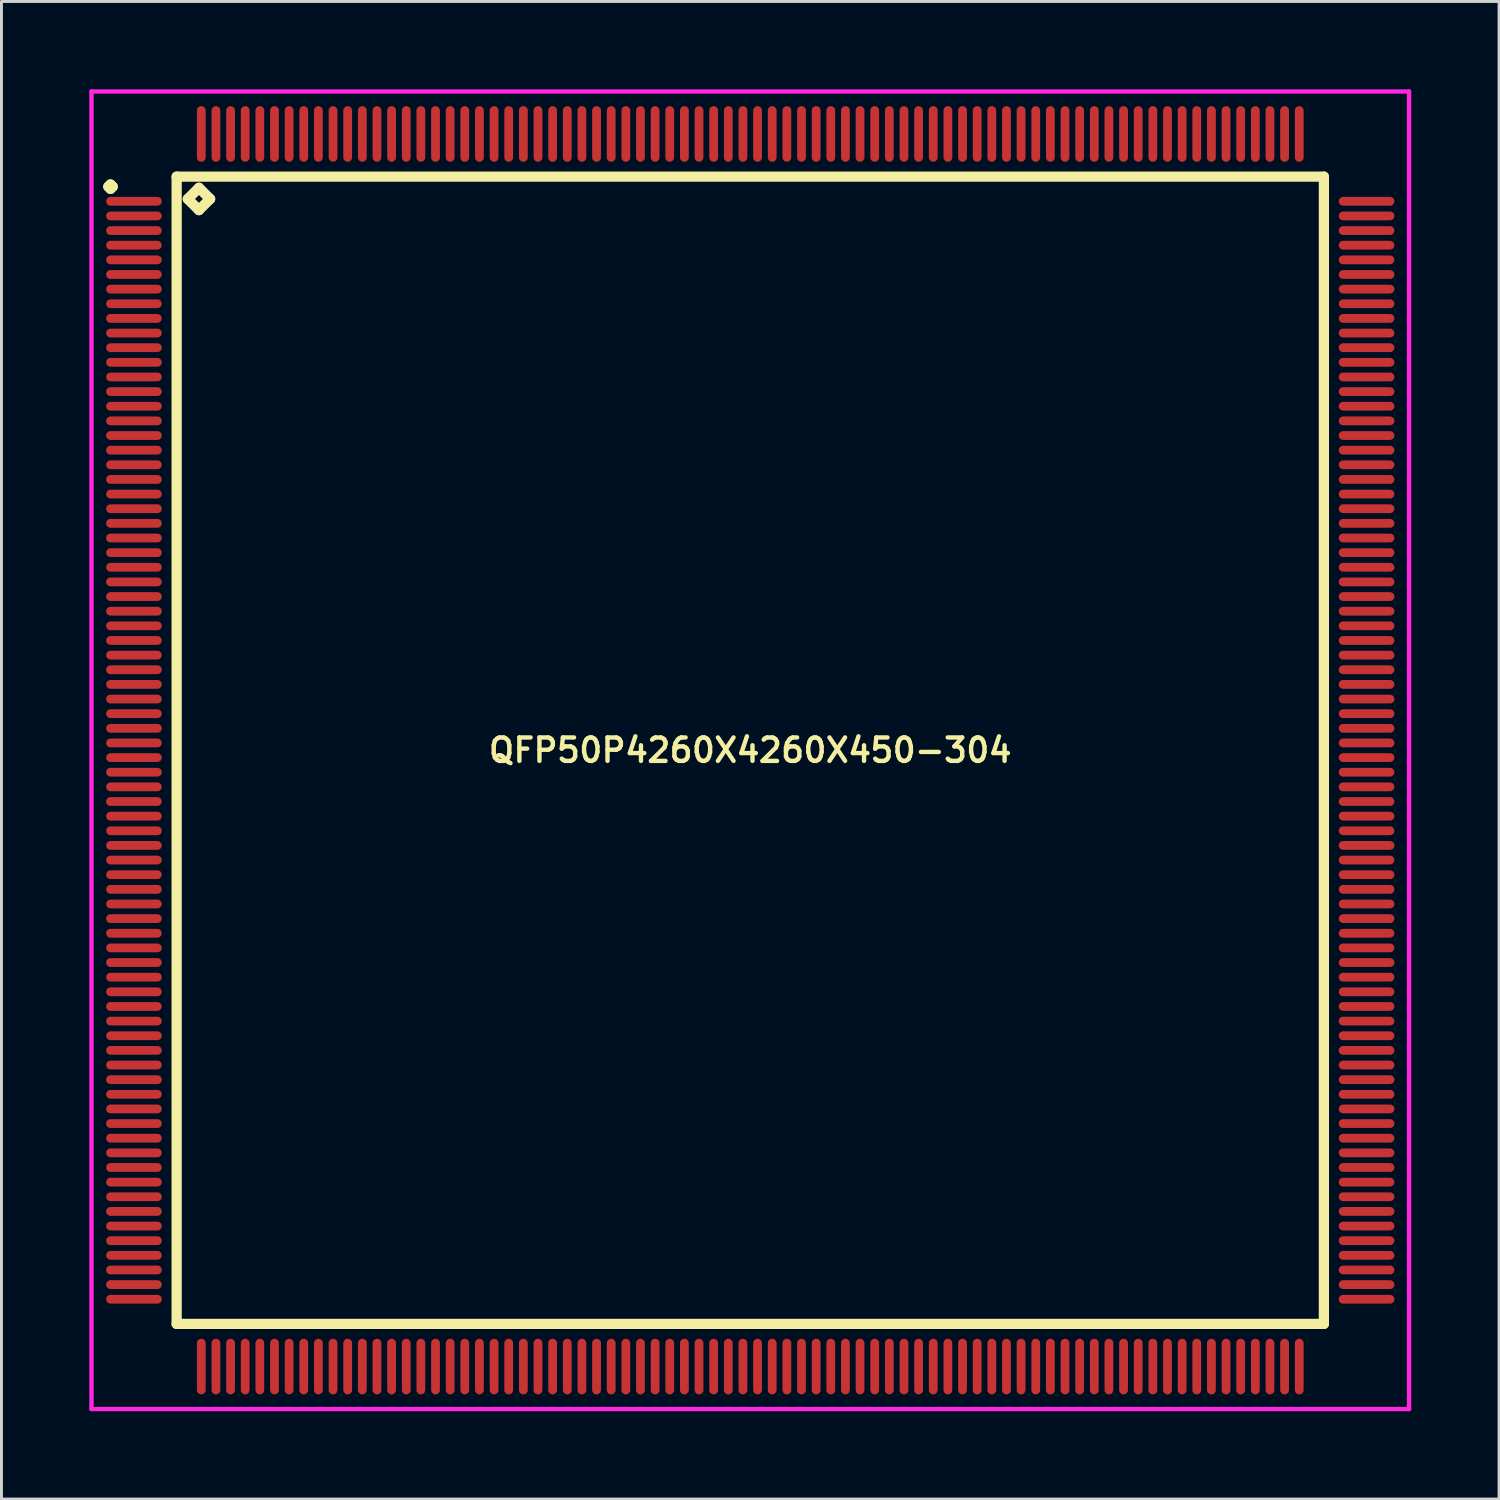
<source format=kicad_pcb>
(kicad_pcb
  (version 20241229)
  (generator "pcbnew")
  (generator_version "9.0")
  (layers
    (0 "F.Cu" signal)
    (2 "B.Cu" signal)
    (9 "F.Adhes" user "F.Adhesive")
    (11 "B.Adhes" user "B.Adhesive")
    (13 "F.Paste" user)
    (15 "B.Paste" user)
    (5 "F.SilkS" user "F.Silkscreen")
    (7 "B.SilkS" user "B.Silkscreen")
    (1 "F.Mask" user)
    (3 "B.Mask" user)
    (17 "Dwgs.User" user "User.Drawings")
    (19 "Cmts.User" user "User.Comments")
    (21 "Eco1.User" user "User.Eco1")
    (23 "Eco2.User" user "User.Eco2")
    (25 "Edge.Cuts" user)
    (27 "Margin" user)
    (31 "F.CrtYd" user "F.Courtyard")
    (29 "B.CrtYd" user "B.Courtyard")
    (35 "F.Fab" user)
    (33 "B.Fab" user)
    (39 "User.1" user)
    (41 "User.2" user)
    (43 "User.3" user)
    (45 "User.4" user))
  (footprint "QFP50P4260X4260X450-304"
    (layer "F.Cu")
    (at 22.575 22.575)
    (property "Reference" "QFP50P4260X4260X450-304" (at 0 0 0) (layer "F.SilkS") (effects (font (size 0.8 0.8) (thickness 0.15))))
    (attr smd)
    (fp_line (start -21.925 -19.25) (end -21.85 -19.325) (stroke (width 0.35) (type solid)) (layer "F.SilkS"))
    (fp_line (start -21.85 -19.325) (end -21.775 -19.25) (stroke (width 0.35) (type solid)) (layer "F.SilkS"))
    (fp_line (start -21.85 -19.175) (end -21.925 -19.25) (stroke (width 0.35) (type solid)) (layer "F.SilkS"))
    (fp_line (start -21.775 -19.25) (end -21.85 -19.175) (stroke (width 0.35) (type solid)) (layer "F.SilkS"))
    (fp_line (start -19.592 -19.592) (end -19.592 19.592) (stroke (width 0.35) (type solid)) (layer "F.SilkS"))
    (fp_line (start -19.592 19.592) (end 19.592 19.592) (stroke (width 0.35) (type solid)) (layer "F.SilkS"))
    (fp_line (start -19.211 -18.83) (end -18.83 -19.211) (stroke (width 0.35) (type solid)) (layer "F.SilkS"))
    (fp_line (start -18.83 -19.211) (end -18.449 -18.83) (stroke (width 0.35) (type solid)) (layer "F.SilkS"))
    (fp_line (start -18.83 -18.449) (end -19.211 -18.83) (stroke (width 0.35) (type solid)) (layer "F.SilkS"))
    (fp_line (start -18.449 -18.83) (end -18.83 -18.449) (stroke (width 0.35) (type solid)) (layer "F.SilkS"))
    (fp_line (start 19.592 -19.592) (end -19.592 -19.592) (stroke (width 0.35) (type solid)) (layer "F.SilkS"))
    (fp_line (start 19.592 19.592) (end 19.592 -19.592) (stroke (width 0.35) (type solid)) (layer "F.SilkS"))
    (fp_line (start -22.5 -22.5) (end 22.5 -22.5) (stroke (width 0.15) (type solid)) (layer "F.CrtYd"))
    (fp_line (start -22.5 22.5) (end -22.5 -22.5) (stroke (width 0.15) (type solid)) (layer "F.CrtYd"))
    (fp_line (start 22.5 -22.5) (end 22.5 22.5) (stroke (width 0.15) (type solid)) (layer "F.CrtYd"))
    (fp_line (start 22.5 22.5) (end -22.5 22.5) (stroke (width 0.15) (type solid)) (layer "F.CrtYd"))
    (pad "1" smd oval (at -21.05 -18.75) (size 1.9 0.3) (layers "F.Cu" "F.Mask" "F.Paste"))
    (pad "2" smd oval (at -21.05 -18.25) (size 1.9 0.3) (layers "F.Cu" "F.Mask" "F.Paste"))
    (pad "3" smd oval (at -21.05 -17.75) (size 1.9 0.3) (layers "F.Cu" "F.Mask" "F.Paste"))
    (pad "4" smd oval (at -21.05 -17.25) (size 1.9 0.3) (layers "F.Cu" "F.Mask" "F.Paste"))
    (pad "5" smd oval (at -21.05 -16.75) (size 1.9 0.3) (layers "F.Cu" "F.Mask" "F.Paste"))
    (pad "6" smd oval (at -21.05 -16.25) (size 1.9 0.3) (layers "F.Cu" "F.Mask" "F.Paste"))
    (pad "7" smd oval (at -21.05 -15.75) (size 1.9 0.3) (layers "F.Cu" "F.Mask" "F.Paste"))
    (pad "8" smd oval (at -21.05 -15.25) (size 1.9 0.3) (layers "F.Cu" "F.Mask" "F.Paste"))
    (pad "9" smd oval (at -21.05 -14.75) (size 1.9 0.3) (layers "F.Cu" "F.Mask" "F.Paste"))
    (pad "10" smd oval (at -21.05 -14.25) (size 1.9 0.3) (layers "F.Cu" "F.Mask" "F.Paste"))
    (pad "11" smd oval (at -21.05 -13.75) (size 1.9 0.3) (layers "F.Cu" "F.Mask" "F.Paste"))
    (pad "12" smd oval (at -21.05 -13.25) (size 1.9 0.3) (layers "F.Cu" "F.Mask" "F.Paste"))
    (pad "13" smd oval (at -21.05 -12.75) (size 1.9 0.3) (layers "F.Cu" "F.Mask" "F.Paste"))
    (pad "14" smd oval (at -21.05 -12.25) (size 1.9 0.3) (layers "F.Cu" "F.Mask" "F.Paste"))
    (pad "15" smd oval (at -21.05 -11.75) (size 1.9 0.3) (layers "F.Cu" "F.Mask" "F.Paste"))
    (pad "16" smd oval (at -21.05 -11.25) (size 1.9 0.3) (layers "F.Cu" "F.Mask" "F.Paste"))
    (pad "17" smd oval (at -21.05 -10.75) (size 1.9 0.3) (layers "F.Cu" "F.Mask" "F.Paste"))
    (pad "18" smd oval (at -21.05 -10.25) (size 1.9 0.3) (layers "F.Cu" "F.Mask" "F.Paste"))
    (pad "19" smd oval (at -21.05 -9.75) (size 1.9 0.3) (layers "F.Cu" "F.Mask" "F.Paste"))
    (pad "20" smd oval (at -21.05 -9.25) (size 1.9 0.3) (layers "F.Cu" "F.Mask" "F.Paste"))
    (pad "21" smd oval (at -21.05 -8.75) (size 1.9 0.3) (layers "F.Cu" "F.Mask" "F.Paste"))
    (pad "22" smd oval (at -21.05 -8.25) (size 1.9 0.3) (layers "F.Cu" "F.Mask" "F.Paste"))
    (pad "23" smd oval (at -21.05 -7.75) (size 1.9 0.3) (layers "F.Cu" "F.Mask" "F.Paste"))
    (pad "24" smd oval (at -21.05 -7.25) (size 1.9 0.3) (layers "F.Cu" "F.Mask" "F.Paste"))
    (pad "25" smd oval (at -21.05 -6.75) (size 1.9 0.3) (layers "F.Cu" "F.Mask" "F.Paste"))
    (pad "26" smd oval (at -21.05 -6.25) (size 1.9 0.3) (layers "F.Cu" "F.Mask" "F.Paste"))
    (pad "27" smd oval (at -21.05 -5.75) (size 1.9 0.3) (layers "F.Cu" "F.Mask" "F.Paste"))
    (pad "28" smd oval (at -21.05 -5.25) (size 1.9 0.3) (layers "F.Cu" "F.Mask" "F.Paste"))
    (pad "29" smd oval (at -21.05 -4.75) (size 1.9 0.3) (layers "F.Cu" "F.Mask" "F.Paste"))
    (pad "30" smd oval (at -21.05 -4.25) (size 1.9 0.3) (layers "F.Cu" "F.Mask" "F.Paste"))
    (pad "31" smd oval (at -21.05 -3.75) (size 1.9 0.3) (layers "F.Cu" "F.Mask" "F.Paste"))
    (pad "32" smd oval (at -21.05 -3.25) (size 1.9 0.3) (layers "F.Cu" "F.Mask" "F.Paste"))
    (pad "33" smd oval (at -21.05 -2.75) (size 1.9 0.3) (layers "F.Cu" "F.Mask" "F.Paste"))
    (pad "34" smd oval (at -21.05 -2.25) (size 1.9 0.3) (layers "F.Cu" "F.Mask" "F.Paste"))
    (pad "35" smd oval (at -21.05 -1.75) (size 1.9 0.3) (layers "F.Cu" "F.Mask" "F.Paste"))
    (pad "36" smd oval (at -21.05 -1.25) (size 1.9 0.3) (layers "F.Cu" "F.Mask" "F.Paste"))
    (pad "37" smd oval (at -21.05 -0.75) (size 1.9 0.3) (layers "F.Cu" "F.Mask" "F.Paste"))
    (pad "38" smd oval (at -21.05 -0.25) (size 1.9 0.3) (layers "F.Cu" "F.Mask" "F.Paste"))
    (pad "39" smd oval (at -21.05 0.25) (size 1.9 0.3) (layers "F.Cu" "F.Mask" "F.Paste"))
    (pad "40" smd oval (at -21.05 0.75) (size 1.9 0.3) (layers "F.Cu" "F.Mask" "F.Paste"))
    (pad "41" smd oval (at -21.05 1.25) (size 1.9 0.3) (layers "F.Cu" "F.Mask" "F.Paste"))
    (pad "42" smd oval (at -21.05 1.75) (size 1.9 0.3) (layers "F.Cu" "F.Mask" "F.Paste"))
    (pad "43" smd oval (at -21.05 2.25) (size 1.9 0.3) (layers "F.Cu" "F.Mask" "F.Paste"))
    (pad "44" smd oval (at -21.05 2.75) (size 1.9 0.3) (layers "F.Cu" "F.Mask" "F.Paste"))
    (pad "45" smd oval (at -21.05 3.25) (size 1.9 0.3) (layers "F.Cu" "F.Mask" "F.Paste"))
    (pad "46" smd oval (at -21.05 3.75) (size 1.9 0.3) (layers "F.Cu" "F.Mask" "F.Paste"))
    (pad "47" smd oval (at -21.05 4.25) (size 1.9 0.3) (layers "F.Cu" "F.Mask" "F.Paste"))
    (pad "48" smd oval (at -21.05 4.75) (size 1.9 0.3) (layers "F.Cu" "F.Mask" "F.Paste"))
    (pad "49" smd oval (at -21.05 5.25) (size 1.9 0.3) (layers "F.Cu" "F.Mask" "F.Paste"))
    (pad "50" smd oval (at -21.05 5.75) (size 1.9 0.3) (layers "F.Cu" "F.Mask" "F.Paste"))
    (pad "51" smd oval (at -21.05 6.25) (size 1.9 0.3) (layers "F.Cu" "F.Mask" "F.Paste"))
    (pad "52" smd oval (at -21.05 6.75) (size 1.9 0.3) (layers "F.Cu" "F.Mask" "F.Paste"))
    (pad "53" smd oval (at -21.05 7.25) (size 1.9 0.3) (layers "F.Cu" "F.Mask" "F.Paste"))
    (pad "54" smd oval (at -21.05 7.75) (size 1.9 0.3) (layers "F.Cu" "F.Mask" "F.Paste"))
    (pad "55" smd oval (at -21.05 8.25) (size 1.9 0.3) (layers "F.Cu" "F.Mask" "F.Paste"))
    (pad "56" smd oval (at -21.05 8.75) (size 1.9 0.3) (layers "F.Cu" "F.Mask" "F.Paste"))
    (pad "57" smd oval (at -21.05 9.25) (size 1.9 0.3) (layers "F.Cu" "F.Mask" "F.Paste"))
    (pad "58" smd oval (at -21.05 9.75) (size 1.9 0.3) (layers "F.Cu" "F.Mask" "F.Paste"))
    (pad "59" smd oval (at -21.05 10.25) (size 1.9 0.3) (layers "F.Cu" "F.Mask" "F.Paste"))
    (pad "60" smd oval (at -21.05 10.75) (size 1.9 0.3) (layers "F.Cu" "F.Mask" "F.Paste"))
    (pad "61" smd oval (at -21.05 11.25) (size 1.9 0.3) (layers "F.Cu" "F.Mask" "F.Paste"))
    (pad "62" smd oval (at -21.05 11.75) (size 1.9 0.3) (layers "F.Cu" "F.Mask" "F.Paste"))
    (pad "63" smd oval (at -21.05 12.25) (size 1.9 0.3) (layers "F.Cu" "F.Mask" "F.Paste"))
    (pad "64" smd oval (at -21.05 12.75) (size 1.9 0.3) (layers "F.Cu" "F.Mask" "F.Paste"))
    (pad "65" smd oval (at -21.05 13.25) (size 1.9 0.3) (layers "F.Cu" "F.Mask" "F.Paste"))
    (pad "66" smd oval (at -21.05 13.75) (size 1.9 0.3) (layers "F.Cu" "F.Mask" "F.Paste"))
    (pad "67" smd oval (at -21.05 14.25) (size 1.9 0.3) (layers "F.Cu" "F.Mask" "F.Paste"))
    (pad "68" smd oval (at -21.05 14.75) (size 1.9 0.3) (layers "F.Cu" "F.Mask" "F.Paste"))
    (pad "69" smd oval (at -21.05 15.25) (size 1.9 0.3) (layers "F.Cu" "F.Mask" "F.Paste"))
    (pad "70" smd oval (at -21.05 15.75) (size 1.9 0.3) (layers "F.Cu" "F.Mask" "F.Paste"))
    (pad "71" smd oval (at -21.05 16.25) (size 1.9 0.3) (layers "F.Cu" "F.Mask" "F.Paste"))
    (pad "72" smd oval (at -21.05 16.75) (size 1.9 0.3) (layers "F.Cu" "F.Mask" "F.Paste"))
    (pad "73" smd oval (at -21.05 17.25) (size 1.9 0.3) (layers "F.Cu" "F.Mask" "F.Paste"))
    (pad "74" smd oval (at -21.05 17.75) (size 1.9 0.3) (layers "F.Cu" "F.Mask" "F.Paste"))
    (pad "75" smd oval (at -21.05 18.25) (size 1.9 0.3) (layers "F.Cu" "F.Mask" "F.Paste"))
    (pad "76" smd oval (at -21.05 18.75) (size 1.9 0.3) (layers "F.Cu" "F.Mask" "F.Paste"))
    (pad "77" smd oval (at -18.75 21.05) (size 0.3 1.9) (layers "F.Cu" "F.Mask" "F.Paste"))
    (pad "78" smd oval (at -18.25 21.05) (size 0.3 1.9) (layers "F.Cu" "F.Mask" "F.Paste"))
    (pad "79" smd oval (at -17.75 21.05) (size 0.3 1.9) (layers "F.Cu" "F.Mask" "F.Paste"))
    (pad "80" smd oval (at -17.25 21.05) (size 0.3 1.9) (layers "F.Cu" "F.Mask" "F.Paste"))
    (pad "81" smd oval (at -16.75 21.05) (size 0.3 1.9) (layers "F.Cu" "F.Mask" "F.Paste"))
    (pad "82" smd oval (at -16.25 21.05) (size 0.3 1.9) (layers "F.Cu" "F.Mask" "F.Paste"))
    (pad "83" smd oval (at -15.75 21.05) (size 0.3 1.9) (layers "F.Cu" "F.Mask" "F.Paste"))
    (pad "84" smd oval (at -15.25 21.05) (size 0.3 1.9) (layers "F.Cu" "F.Mask" "F.Paste"))
    (pad "85" smd oval (at -14.75 21.05) (size 0.3 1.9) (layers "F.Cu" "F.Mask" "F.Paste"))
    (pad "86" smd oval (at -14.25 21.05) (size 0.3 1.9) (layers "F.Cu" "F.Mask" "F.Paste"))
    (pad "87" smd oval (at -13.75 21.05) (size 0.3 1.9) (layers "F.Cu" "F.Mask" "F.Paste"))
    (pad "88" smd oval (at -13.25 21.05) (size 0.3 1.9) (layers "F.Cu" "F.Mask" "F.Paste"))
    (pad "89" smd oval (at -12.75 21.05) (size 0.3 1.9) (layers "F.Cu" "F.Mask" "F.Paste"))
    (pad "90" smd oval (at -12.25 21.05) (size 0.3 1.9) (layers "F.Cu" "F.Mask" "F.Paste"))
    (pad "91" smd oval (at -11.75 21.05) (size 0.3 1.9) (layers "F.Cu" "F.Mask" "F.Paste"))
    (pad "92" smd oval (at -11.25 21.05) (size 0.3 1.9) (layers "F.Cu" "F.Mask" "F.Paste"))
    (pad "93" smd oval (at -10.75 21.05) (size 0.3 1.9) (layers "F.Cu" "F.Mask" "F.Paste"))
    (pad "94" smd oval (at -10.25 21.05) (size 0.3 1.9) (layers "F.Cu" "F.Mask" "F.Paste"))
    (pad "95" smd oval (at -9.75 21.05) (size 0.3 1.9) (layers "F.Cu" "F.Mask" "F.Paste"))
    (pad "96" smd oval (at -9.25 21.05) (size 0.3 1.9) (layers "F.Cu" "F.Mask" "F.Paste"))
    (pad "97" smd oval (at -8.75 21.05) (size 0.3 1.9) (layers "F.Cu" "F.Mask" "F.Paste"))
    (pad "98" smd oval (at -8.25 21.05) (size 0.3 1.9) (layers "F.Cu" "F.Mask" "F.Paste"))
    (pad "99" smd oval (at -7.75 21.05) (size 0.3 1.9) (layers "F.Cu" "F.Mask" "F.Paste"))
    (pad "100" smd oval (at -7.25 21.05) (size 0.3 1.9) (layers "F.Cu" "F.Mask" "F.Paste"))
    (pad "101" smd oval (at -6.75 21.05) (size 0.3 1.9) (layers "F.Cu" "F.Mask" "F.Paste"))
    (pad "102" smd oval (at -6.25 21.05) (size 0.3 1.9) (layers "F.Cu" "F.Mask" "F.Paste"))
    (pad "103" smd oval (at -5.75 21.05) (size 0.3 1.9) (layers "F.Cu" "F.Mask" "F.Paste"))
    (pad "104" smd oval (at -5.25 21.05) (size 0.3 1.9) (layers "F.Cu" "F.Mask" "F.Paste"))
    (pad "105" smd oval (at -4.75 21.05) (size 0.3 1.9) (layers "F.Cu" "F.Mask" "F.Paste"))
    (pad "106" smd oval (at -4.25 21.05) (size 0.3 1.9) (layers "F.Cu" "F.Mask" "F.Paste"))
    (pad "107" smd oval (at -3.75 21.05) (size 0.3 1.9) (layers "F.Cu" "F.Mask" "F.Paste"))
    (pad "108" smd oval (at -3.25 21.05) (size 0.3 1.9) (layers "F.Cu" "F.Mask" "F.Paste"))
    (pad "109" smd oval (at -2.75 21.05) (size 0.3 1.9) (layers "F.Cu" "F.Mask" "F.Paste"))
    (pad "110" smd oval (at -2.25 21.05) (size 0.3 1.9) (layers "F.Cu" "F.Mask" "F.Paste"))
    (pad "111" smd oval (at -1.75 21.05) (size 0.3 1.9) (layers "F.Cu" "F.Mask" "F.Paste"))
    (pad "112" smd oval (at -1.25 21.05) (size 0.3 1.9) (layers "F.Cu" "F.Mask" "F.Paste"))
    (pad "113" smd oval (at -0.75 21.05) (size 0.3 1.9) (layers "F.Cu" "F.Mask" "F.Paste"))
    (pad "114" smd oval (at -0.25 21.05) (size 0.3 1.9) (layers "F.Cu" "F.Mask" "F.Paste"))
    (pad "115" smd oval (at 0.25 21.05) (size 0.3 1.9) (layers "F.Cu" "F.Mask" "F.Paste"))
    (pad "116" smd oval (at 0.75 21.05) (size 0.3 1.9) (layers "F.Cu" "F.Mask" "F.Paste"))
    (pad "117" smd oval (at 1.25 21.05) (size 0.3 1.9) (layers "F.Cu" "F.Mask" "F.Paste"))
    (pad "118" smd oval (at 1.75 21.05) (size 0.3 1.9) (layers "F.Cu" "F.Mask" "F.Paste"))
    (pad "119" smd oval (at 2.25 21.05) (size 0.3 1.9) (layers "F.Cu" "F.Mask" "F.Paste"))
    (pad "120" smd oval (at 2.75 21.05) (size 0.3 1.9) (layers "F.Cu" "F.Mask" "F.Paste"))
    (pad "121" smd oval (at 3.25 21.05) (size 0.3 1.9) (layers "F.Cu" "F.Mask" "F.Paste"))
    (pad "122" smd oval (at 3.75 21.05) (size 0.3 1.9) (layers "F.Cu" "F.Mask" "F.Paste"))
    (pad "123" smd oval (at 4.25 21.05) (size 0.3 1.9) (layers "F.Cu" "F.Mask" "F.Paste"))
    (pad "124" smd oval (at 4.75 21.05) (size 0.3 1.9) (layers "F.Cu" "F.Mask" "F.Paste"))
    (pad "125" smd oval (at 5.25 21.05) (size 0.3 1.9) (layers "F.Cu" "F.Mask" "F.Paste"))
    (pad "126" smd oval (at 5.75 21.05) (size 0.3 1.9) (layers "F.Cu" "F.Mask" "F.Paste"))
    (pad "127" smd oval (at 6.25 21.05) (size 0.3 1.9) (layers "F.Cu" "F.Mask" "F.Paste"))
    (pad "128" smd oval (at 6.75 21.05) (size 0.3 1.9) (layers "F.Cu" "F.Mask" "F.Paste"))
    (pad "129" smd oval (at 7.25 21.05) (size 0.3 1.9) (layers "F.Cu" "F.Mask" "F.Paste"))
    (pad "130" smd oval (at 7.75 21.05) (size 0.3 1.9) (layers "F.Cu" "F.Mask" "F.Paste"))
    (pad "131" smd oval (at 8.25 21.05) (size 0.3 1.9) (layers "F.Cu" "F.Mask" "F.Paste"))
    (pad "132" smd oval (at 8.75 21.05) (size 0.3 1.9) (layers "F.Cu" "F.Mask" "F.Paste"))
    (pad "133" smd oval (at 9.25 21.05) (size 0.3 1.9) (layers "F.Cu" "F.Mask" "F.Paste"))
    (pad "134" smd oval (at 9.75 21.05) (size 0.3 1.9) (layers "F.Cu" "F.Mask" "F.Paste"))
    (pad "135" smd oval (at 10.25 21.05) (size 0.3 1.9) (layers "F.Cu" "F.Mask" "F.Paste"))
    (pad "136" smd oval (at 10.75 21.05) (size 0.3 1.9) (layers "F.Cu" "F.Mask" "F.Paste"))
    (pad "137" smd oval (at 11.25 21.05) (size 0.3 1.9) (layers "F.Cu" "F.Mask" "F.Paste"))
    (pad "138" smd oval (at 11.75 21.05) (size 0.3 1.9) (layers "F.Cu" "F.Mask" "F.Paste"))
    (pad "139" smd oval (at 12.25 21.05) (size 0.3 1.9) (layers "F.Cu" "F.Mask" "F.Paste"))
    (pad "140" smd oval (at 12.75 21.05) (size 0.3 1.9) (layers "F.Cu" "F.Mask" "F.Paste"))
    (pad "141" smd oval (at 13.25 21.05) (size 0.3 1.9) (layers "F.Cu" "F.Mask" "F.Paste"))
    (pad "142" smd oval (at 13.75 21.05) (size 0.3 1.9) (layers "F.Cu" "F.Mask" "F.Paste"))
    (pad "143" smd oval (at 14.25 21.05) (size 0.3 1.9) (layers "F.Cu" "F.Mask" "F.Paste"))
    (pad "144" smd oval (at 14.75 21.05) (size 0.3 1.9) (layers "F.Cu" "F.Mask" "F.Paste"))
    (pad "145" smd oval (at 15.25 21.05) (size 0.3 1.9) (layers "F.Cu" "F.Mask" "F.Paste"))
    (pad "146" smd oval (at 15.75 21.05) (size 0.3 1.9) (layers "F.Cu" "F.Mask" "F.Paste"))
    (pad "147" smd oval (at 16.25 21.05) (size 0.3 1.9) (layers "F.Cu" "F.Mask" "F.Paste"))
    (pad "148" smd oval (at 16.75 21.05) (size 0.3 1.9) (layers "F.Cu" "F.Mask" "F.Paste"))
    (pad "149" smd oval (at 17.25 21.05) (size 0.3 1.9) (layers "F.Cu" "F.Mask" "F.Paste"))
    (pad "150" smd oval (at 17.75 21.05) (size 0.3 1.9) (layers "F.Cu" "F.Mask" "F.Paste"))
    (pad "151" smd oval (at 18.25 21.05) (size 0.3 1.9) (layers "F.Cu" "F.Mask" "F.Paste"))
    (pad "152" smd oval (at 18.75 21.05) (size 0.3 1.9) (layers "F.Cu" "F.Mask" "F.Paste"))
    (pad "153" smd oval (at 21.05 18.75) (size 1.9 0.3) (layers "F.Cu" "F.Mask" "F.Paste"))
    (pad "154" smd oval (at 21.05 18.25) (size 1.9 0.3) (layers "F.Cu" "F.Mask" "F.Paste"))
    (pad "155" smd oval (at 21.05 17.75) (size 1.9 0.3) (layers "F.Cu" "F.Mask" "F.Paste"))
    (pad "156" smd oval (at 21.05 17.25) (size 1.9 0.3) (layers "F.Cu" "F.Mask" "F.Paste"))
    (pad "157" smd oval (at 21.05 16.75) (size 1.9 0.3) (layers "F.Cu" "F.Mask" "F.Paste"))
    (pad "158" smd oval (at 21.05 16.25) (size 1.9 0.3) (layers "F.Cu" "F.Mask" "F.Paste"))
    (pad "159" smd oval (at 21.05 15.75) (size 1.9 0.3) (layers "F.Cu" "F.Mask" "F.Paste"))
    (pad "160" smd oval (at 21.05 15.25) (size 1.9 0.3) (layers "F.Cu" "F.Mask" "F.Paste"))
    (pad "161" smd oval (at 21.05 14.75) (size 1.9 0.3) (layers "F.Cu" "F.Mask" "F.Paste"))
    (pad "162" smd oval (at 21.05 14.25) (size 1.9 0.3) (layers "F.Cu" "F.Mask" "F.Paste"))
    (pad "163" smd oval (at 21.05 13.75) (size 1.9 0.3) (layers "F.Cu" "F.Mask" "F.Paste"))
    (pad "164" smd oval (at 21.05 13.25) (size 1.9 0.3) (layers "F.Cu" "F.Mask" "F.Paste"))
    (pad "165" smd oval (at 21.05 12.75) (size 1.9 0.3) (layers "F.Cu" "F.Mask" "F.Paste"))
    (pad "166" smd oval (at 21.05 12.25) (size 1.9 0.3) (layers "F.Cu" "F.Mask" "F.Paste"))
    (pad "167" smd oval (at 21.05 11.75) (size 1.9 0.3) (layers "F.Cu" "F.Mask" "F.Paste"))
    (pad "168" smd oval (at 21.05 11.25) (size 1.9 0.3) (layers "F.Cu" "F.Mask" "F.Paste"))
    (pad "169" smd oval (at 21.05 10.75) (size 1.9 0.3) (layers "F.Cu" "F.Mask" "F.Paste"))
    (pad "170" smd oval (at 21.05 10.25) (size 1.9 0.3) (layers "F.Cu" "F.Mask" "F.Paste"))
    (pad "171" smd oval (at 21.05 9.75) (size 1.9 0.3) (layers "F.Cu" "F.Mask" "F.Paste"))
    (pad "172" smd oval (at 21.05 9.25) (size 1.9 0.3) (layers "F.Cu" "F.Mask" "F.Paste"))
    (pad "173" smd oval (at 21.05 8.75) (size 1.9 0.3) (layers "F.Cu" "F.Mask" "F.Paste"))
    (pad "174" smd oval (at 21.05 8.25) (size 1.9 0.3) (layers "F.Cu" "F.Mask" "F.Paste"))
    (pad "175" smd oval (at 21.05 7.75) (size 1.9 0.3) (layers "F.Cu" "F.Mask" "F.Paste"))
    (pad "176" smd oval (at 21.05 7.25) (size 1.9 0.3) (layers "F.Cu" "F.Mask" "F.Paste"))
    (pad "177" smd oval (at 21.05 6.75) (size 1.9 0.3) (layers "F.Cu" "F.Mask" "F.Paste"))
    (pad "178" smd oval (at 21.05 6.25) (size 1.9 0.3) (layers "F.Cu" "F.Mask" "F.Paste"))
    (pad "179" smd oval (at 21.05 5.75) (size 1.9 0.3) (layers "F.Cu" "F.Mask" "F.Paste"))
    (pad "180" smd oval (at 21.05 5.25) (size 1.9 0.3) (layers "F.Cu" "F.Mask" "F.Paste"))
    (pad "181" smd oval (at 21.05 4.75) (size 1.9 0.3) (layers "F.Cu" "F.Mask" "F.Paste"))
    (pad "182" smd oval (at 21.05 4.25) (size 1.9 0.3) (layers "F.Cu" "F.Mask" "F.Paste"))
    (pad "183" smd oval (at 21.05 3.75) (size 1.9 0.3) (layers "F.Cu" "F.Mask" "F.Paste"))
    (pad "184" smd oval (at 21.05 3.25) (size 1.9 0.3) (layers "F.Cu" "F.Mask" "F.Paste"))
    (pad "185" smd oval (at 21.05 2.75) (size 1.9 0.3) (layers "F.Cu" "F.Mask" "F.Paste"))
    (pad "186" smd oval (at 21.05 2.25) (size 1.9 0.3) (layers "F.Cu" "F.Mask" "F.Paste"))
    (pad "187" smd oval (at 21.05 1.75) (size 1.9 0.3) (layers "F.Cu" "F.Mask" "F.Paste"))
    (pad "188" smd oval (at 21.05 1.25) (size 1.9 0.3) (layers "F.Cu" "F.Mask" "F.Paste"))
    (pad "189" smd oval (at 21.05 0.75) (size 1.9 0.3) (layers "F.Cu" "F.Mask" "F.Paste"))
    (pad "190" smd oval (at 21.05 0.25) (size 1.9 0.3) (layers "F.Cu" "F.Mask" "F.Paste"))
    (pad "191" smd oval (at 21.05 -0.25) (size 1.9 0.3) (layers "F.Cu" "F.Mask" "F.Paste"))
    (pad "192" smd oval (at 21.05 -0.75) (size 1.9 0.3) (layers "F.Cu" "F.Mask" "F.Paste"))
    (pad "193" smd oval (at 21.05 -1.25) (size 1.9 0.3) (layers "F.Cu" "F.Mask" "F.Paste"))
    (pad "194" smd oval (at 21.05 -1.75) (size 1.9 0.3) (layers "F.Cu" "F.Mask" "F.Paste"))
    (pad "195" smd oval (at 21.05 -2.25) (size 1.9 0.3) (layers "F.Cu" "F.Mask" "F.Paste"))
    (pad "196" smd oval (at 21.05 -2.75) (size 1.9 0.3) (layers "F.Cu" "F.Mask" "F.Paste"))
    (pad "197" smd oval (at 21.05 -3.25) (size 1.9 0.3) (layers "F.Cu" "F.Mask" "F.Paste"))
    (pad "198" smd oval (at 21.05 -3.75) (size 1.9 0.3) (layers "F.Cu" "F.Mask" "F.Paste"))
    (pad "199" smd oval (at 21.05 -4.25) (size 1.9 0.3) (layers "F.Cu" "F.Mask" "F.Paste"))
    (pad "200" smd oval (at 21.05 -4.75) (size 1.9 0.3) (layers "F.Cu" "F.Mask" "F.Paste"))
    (pad "201" smd oval (at 21.05 -5.25) (size 1.9 0.3) (layers "F.Cu" "F.Mask" "F.Paste"))
    (pad "202" smd oval (at 21.05 -5.75) (size 1.9 0.3) (layers "F.Cu" "F.Mask" "F.Paste"))
    (pad "203" smd oval (at 21.05 -6.25) (size 1.9 0.3) (layers "F.Cu" "F.Mask" "F.Paste"))
    (pad "204" smd oval (at 21.05 -6.75) (size 1.9 0.3) (layers "F.Cu" "F.Mask" "F.Paste"))
    (pad "205" smd oval (at 21.05 -7.25) (size 1.9 0.3) (layers "F.Cu" "F.Mask" "F.Paste"))
    (pad "206" smd oval (at 21.05 -7.75) (size 1.9 0.3) (layers "F.Cu" "F.Mask" "F.Paste"))
    (pad "207" smd oval (at 21.05 -8.25) (size 1.9 0.3) (layers "F.Cu" "F.Mask" "F.Paste"))
    (pad "208" smd oval (at 21.05 -8.75) (size 1.9 0.3) (layers "F.Cu" "F.Mask" "F.Paste"))
    (pad "209" smd oval (at 21.05 -9.25) (size 1.9 0.3) (layers "F.Cu" "F.Mask" "F.Paste"))
    (pad "210" smd oval (at 21.05 -9.75) (size 1.9 0.3) (layers "F.Cu" "F.Mask" "F.Paste"))
    (pad "211" smd oval (at 21.05 -10.25) (size 1.9 0.3) (layers "F.Cu" "F.Mask" "F.Paste"))
    (pad "212" smd oval (at 21.05 -10.75) (size 1.9 0.3) (layers "F.Cu" "F.Mask" "F.Paste"))
    (pad "213" smd oval (at 21.05 -11.25) (size 1.9 0.3) (layers "F.Cu" "F.Mask" "F.Paste"))
    (pad "214" smd oval (at 21.05 -11.75) (size 1.9 0.3) (layers "F.Cu" "F.Mask" "F.Paste"))
    (pad "215" smd oval (at 21.05 -12.25) (size 1.9 0.3) (layers "F.Cu" "F.Mask" "F.Paste"))
    (pad "216" smd oval (at 21.05 -12.75) (size 1.9 0.3) (layers "F.Cu" "F.Mask" "F.Paste"))
    (pad "217" smd oval (at 21.05 -13.25) (size 1.9 0.3) (layers "F.Cu" "F.Mask" "F.Paste"))
    (pad "218" smd oval (at 21.05 -13.75) (size 1.9 0.3) (layers "F.Cu" "F.Mask" "F.Paste"))
    (pad "219" smd oval (at 21.05 -14.25) (size 1.9 0.3) (layers "F.Cu" "F.Mask" "F.Paste"))
    (pad "220" smd oval (at 21.05 -14.75) (size 1.9 0.3) (layers "F.Cu" "F.Mask" "F.Paste"))
    (pad "221" smd oval (at 21.05 -15.25) (size 1.9 0.3) (layers "F.Cu" "F.Mask" "F.Paste"))
    (pad "222" smd oval (at 21.05 -15.75) (size 1.9 0.3) (layers "F.Cu" "F.Mask" "F.Paste"))
    (pad "223" smd oval (at 21.05 -16.25) (size 1.9 0.3) (layers "F.Cu" "F.Mask" "F.Paste"))
    (pad "224" smd oval (at 21.05 -16.75) (size 1.9 0.3) (layers "F.Cu" "F.Mask" "F.Paste"))
    (pad "225" smd oval (at 21.05 -17.25) (size 1.9 0.3) (layers "F.Cu" "F.Mask" "F.Paste"))
    (pad "226" smd oval (at 21.05 -17.75) (size 1.9 0.3) (layers "F.Cu" "F.Mask" "F.Paste"))
    (pad "227" smd oval (at 21.05 -18.25) (size 1.9 0.3) (layers "F.Cu" "F.Mask" "F.Paste"))
    (pad "228" smd oval (at 21.05 -18.75) (size 1.9 0.3) (layers "F.Cu" "F.Mask" "F.Paste"))
    (pad "229" smd oval (at 18.75 -21.05) (size 0.3 1.9) (layers "F.Cu" "F.Mask" "F.Paste"))
    (pad "230" smd oval (at 18.25 -21.05) (size 0.3 1.9) (layers "F.Cu" "F.Mask" "F.Paste"))
    (pad "231" smd oval (at 17.75 -21.05) (size 0.3 1.9) (layers "F.Cu" "F.Mask" "F.Paste"))
    (pad "232" smd oval (at 17.25 -21.05) (size 0.3 1.9) (layers "F.Cu" "F.Mask" "F.Paste"))
    (pad "233" smd oval (at 16.75 -21.05) (size 0.3 1.9) (layers "F.Cu" "F.Mask" "F.Paste"))
    (pad "234" smd oval (at 16.25 -21.05) (size 0.3 1.9) (layers "F.Cu" "F.Mask" "F.Paste"))
    (pad "235" smd oval (at 15.75 -21.05) (size 0.3 1.9) (layers "F.Cu" "F.Mask" "F.Paste"))
    (pad "236" smd oval (at 15.25 -21.05) (size 0.3 1.9) (layers "F.Cu" "F.Mask" "F.Paste"))
    (pad "237" smd oval (at 14.75 -21.05) (size 0.3 1.9) (layers "F.Cu" "F.Mask" "F.Paste"))
    (pad "238" smd oval (at 14.25 -21.05) (size 0.3 1.9) (layers "F.Cu" "F.Mask" "F.Paste"))
    (pad "239" smd oval (at 13.75 -21.05) (size 0.3 1.9) (layers "F.Cu" "F.Mask" "F.Paste"))
    (pad "240" smd oval (at 13.25 -21.05) (size 0.3 1.9) (layers "F.Cu" "F.Mask" "F.Paste"))
    (pad "241" smd oval (at 12.75 -21.05) (size 0.3 1.9) (layers "F.Cu" "F.Mask" "F.Paste"))
    (pad "242" smd oval (at 12.25 -21.05) (size 0.3 1.9) (layers "F.Cu" "F.Mask" "F.Paste"))
    (pad "243" smd oval (at 11.75 -21.05) (size 0.3 1.9) (layers "F.Cu" "F.Mask" "F.Paste"))
    (pad "244" smd oval (at 11.25 -21.05) (size 0.3 1.9) (layers "F.Cu" "F.Mask" "F.Paste"))
    (pad "245" smd oval (at 10.75 -21.05) (size 0.3 1.9) (layers "F.Cu" "F.Mask" "F.Paste"))
    (pad "246" smd oval (at 10.25 -21.05) (size 0.3 1.9) (layers "F.Cu" "F.Mask" "F.Paste"))
    (pad "247" smd oval (at 9.75 -21.05) (size 0.3 1.9) (layers "F.Cu" "F.Mask" "F.Paste"))
    (pad "248" smd oval (at 9.25 -21.05) (size 0.3 1.9) (layers "F.Cu" "F.Mask" "F.Paste"))
    (pad "249" smd oval (at 8.75 -21.05) (size 0.3 1.9) (layers "F.Cu" "F.Mask" "F.Paste"))
    (pad "250" smd oval (at 8.25 -21.05) (size 0.3 1.9) (layers "F.Cu" "F.Mask" "F.Paste"))
    (pad "251" smd oval (at 7.75 -21.05) (size 0.3 1.9) (layers "F.Cu" "F.Mask" "F.Paste"))
    (pad "252" smd oval (at 7.25 -21.05) (size 0.3 1.9) (layers "F.Cu" "F.Mask" "F.Paste"))
    (pad "253" smd oval (at 6.75 -21.05) (size 0.3 1.9) (layers "F.Cu" "F.Mask" "F.Paste"))
    (pad "254" smd oval (at 6.25 -21.05) (size 0.3 1.9) (layers "F.Cu" "F.Mask" "F.Paste"))
    (pad "255" smd oval (at 5.75 -21.05) (size 0.3 1.9) (layers "F.Cu" "F.Mask" "F.Paste"))
    (pad "256" smd oval (at 5.25 -21.05) (size 0.3 1.9) (layers "F.Cu" "F.Mask" "F.Paste"))
    (pad "257" smd oval (at 4.75 -21.05) (size 0.3 1.9) (layers "F.Cu" "F.Mask" "F.Paste"))
    (pad "258" smd oval (at 4.25 -21.05) (size 0.3 1.9) (layers "F.Cu" "F.Mask" "F.Paste"))
    (pad "259" smd oval (at 3.75 -21.05) (size 0.3 1.9) (layers "F.Cu" "F.Mask" "F.Paste"))
    (pad "260" smd oval (at 3.25 -21.05) (size 0.3 1.9) (layers "F.Cu" "F.Mask" "F.Paste"))
    (pad "261" smd oval (at 2.75 -21.05) (size 0.3 1.9) (layers "F.Cu" "F.Mask" "F.Paste"))
    (pad "262" smd oval (at 2.25 -21.05) (size 0.3 1.9) (layers "F.Cu" "F.Mask" "F.Paste"))
    (pad "263" smd oval (at 1.75 -21.05) (size 0.3 1.9) (layers "F.Cu" "F.Mask" "F.Paste"))
    (pad "264" smd oval (at 1.25 -21.05) (size 0.3 1.9) (layers "F.Cu" "F.Mask" "F.Paste"))
    (pad "265" smd oval (at 0.75 -21.05) (size 0.3 1.9) (layers "F.Cu" "F.Mask" "F.Paste"))
    (pad "266" smd oval (at 0.25 -21.05) (size 0.3 1.9) (layers "F.Cu" "F.Mask" "F.Paste"))
    (pad "267" smd oval (at -0.25 -21.05) (size 0.3 1.9) (layers "F.Cu" "F.Mask" "F.Paste"))
    (pad "268" smd oval (at -0.75 -21.05) (size 0.3 1.9) (layers "F.Cu" "F.Mask" "F.Paste"))
    (pad "269" smd oval (at -1.25 -21.05) (size 0.3 1.9) (layers "F.Cu" "F.Mask" "F.Paste"))
    (pad "270" smd oval (at -1.75 -21.05) (size 0.3 1.9) (layers "F.Cu" "F.Mask" "F.Paste"))
    (pad "271" smd oval (at -2.25 -21.05) (size 0.3 1.9) (layers "F.Cu" "F.Mask" "F.Paste"))
    (pad "272" smd oval (at -2.75 -21.05) (size 0.3 1.9) (layers "F.Cu" "F.Mask" "F.Paste"))
    (pad "273" smd oval (at -3.25 -21.05) (size 0.3 1.9) (layers "F.Cu" "F.Mask" "F.Paste"))
    (pad "274" smd oval (at -3.75 -21.05) (size 0.3 1.9) (layers "F.Cu" "F.Mask" "F.Paste"))
    (pad "275" smd oval (at -4.25 -21.05) (size 0.3 1.9) (layers "F.Cu" "F.Mask" "F.Paste"))
    (pad "276" smd oval (at -4.75 -21.05) (size 0.3 1.9) (layers "F.Cu" "F.Mask" "F.Paste"))
    (pad "277" smd oval (at -5.25 -21.05) (size 0.3 1.9) (layers "F.Cu" "F.Mask" "F.Paste"))
    (pad "278" smd oval (at -5.75 -21.05) (size 0.3 1.9) (layers "F.Cu" "F.Mask" "F.Paste"))
    (pad "279" smd oval (at -6.25 -21.05) (size 0.3 1.9) (layers "F.Cu" "F.Mask" "F.Paste"))
    (pad "280" smd oval (at -6.75 -21.05) (size 0.3 1.9) (layers "F.Cu" "F.Mask" "F.Paste"))
    (pad "281" smd oval (at -7.25 -21.05) (size 0.3 1.9) (layers "F.Cu" "F.Mask" "F.Paste"))
    (pad "282" smd oval (at -7.75 -21.05) (size 0.3 1.9) (layers "F.Cu" "F.Mask" "F.Paste"))
    (pad "283" smd oval (at -8.25 -21.05) (size 0.3 1.9) (layers "F.Cu" "F.Mask" "F.Paste"))
    (pad "284" smd oval (at -8.75 -21.05) (size 0.3 1.9) (layers "F.Cu" "F.Mask" "F.Paste"))
    (pad "285" smd oval (at -9.25 -21.05) (size 0.3 1.9) (layers "F.Cu" "F.Mask" "F.Paste"))
    (pad "286" smd oval (at -9.75 -21.05) (size 0.3 1.9) (layers "F.Cu" "F.Mask" "F.Paste"))
    (pad "287" smd oval (at -10.25 -21.05) (size 0.3 1.9) (layers "F.Cu" "F.Mask" "F.Paste"))
    (pad "288" smd oval (at -10.75 -21.05) (size 0.3 1.9) (layers "F.Cu" "F.Mask" "F.Paste"))
    (pad "289" smd oval (at -11.25 -21.05) (size 0.3 1.9) (layers "F.Cu" "F.Mask" "F.Paste"))
    (pad "290" smd oval (at -11.75 -21.05) (size 0.3 1.9) (layers "F.Cu" "F.Mask" "F.Paste"))
    (pad "291" smd oval (at -12.25 -21.05) (size 0.3 1.9) (layers "F.Cu" "F.Mask" "F.Paste"))
    (pad "292" smd oval (at -12.75 -21.05) (size 0.3 1.9) (layers "F.Cu" "F.Mask" "F.Paste"))
    (pad "293" smd oval (at -13.25 -21.05) (size 0.3 1.9) (layers "F.Cu" "F.Mask" "F.Paste"))
    (pad "294" smd oval (at -13.75 -21.05) (size 0.3 1.9) (layers "F.Cu" "F.Mask" "F.Paste"))
    (pad "295" smd oval (at -14.25 -21.05) (size 0.3 1.9) (layers "F.Cu" "F.Mask" "F.Paste"))
    (pad "296" smd oval (at -14.75 -21.05) (size 0.3 1.9) (layers "F.Cu" "F.Mask" "F.Paste"))
    (pad "297" smd oval (at -15.25 -21.05) (size 0.3 1.9) (layers "F.Cu" "F.Mask" "F.Paste"))
    (pad "298" smd oval (at -15.75 -21.05) (size 0.3 1.9) (layers "F.Cu" "F.Mask" "F.Paste"))
    (pad "299" smd oval (at -16.25 -21.05) (size 0.3 1.9) (layers "F.Cu" "F.Mask" "F.Paste"))
    (pad "300" smd oval (at -16.75 -21.05) (size 0.3 1.9) (layers "F.Cu" "F.Mask" "F.Paste"))
    (pad "301" smd oval (at -17.25 -21.05) (size 0.3 1.9) (layers "F.Cu" "F.Mask" "F.Paste"))
    (pad "302" smd oval (at -17.75 -21.05) (size 0.3 1.9) (layers "F.Cu" "F.Mask" "F.Paste"))
    (pad "303" smd oval (at -18.25 -21.05) (size 0.3 1.9) (layers "F.Cu" "F.Mask" "F.Paste"))
    (pad "304" smd oval (at -18.75 -21.05) (size 0.3 1.9) (layers "F.Cu" "F.Mask" "F.Paste")))
  (gr_rect
    (start -3 -3)
    (end 48.15 48.15)
    (stroke (width 0.1) (type default))
    (fill no)
    (layer "Edge.Cuts")))
</source>
